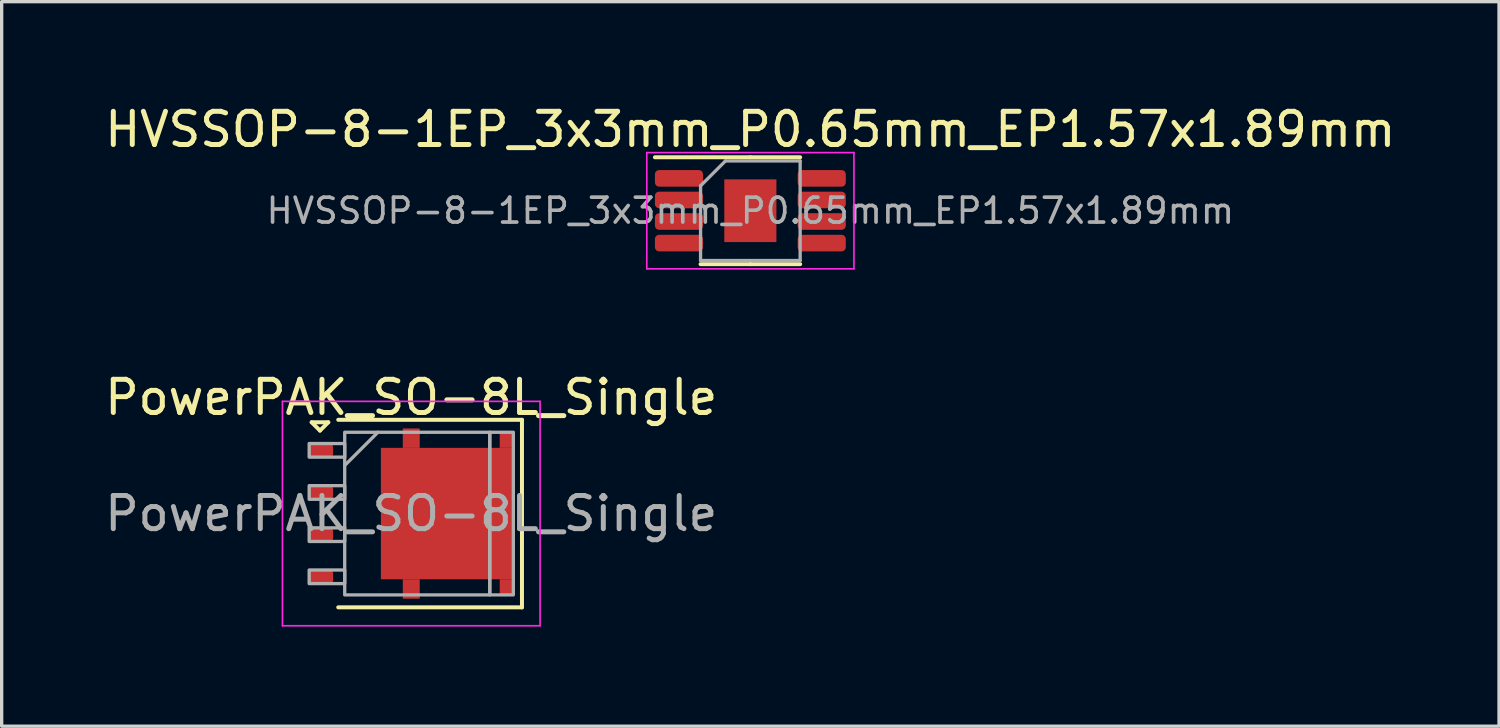
<source format=kicad_pcb>
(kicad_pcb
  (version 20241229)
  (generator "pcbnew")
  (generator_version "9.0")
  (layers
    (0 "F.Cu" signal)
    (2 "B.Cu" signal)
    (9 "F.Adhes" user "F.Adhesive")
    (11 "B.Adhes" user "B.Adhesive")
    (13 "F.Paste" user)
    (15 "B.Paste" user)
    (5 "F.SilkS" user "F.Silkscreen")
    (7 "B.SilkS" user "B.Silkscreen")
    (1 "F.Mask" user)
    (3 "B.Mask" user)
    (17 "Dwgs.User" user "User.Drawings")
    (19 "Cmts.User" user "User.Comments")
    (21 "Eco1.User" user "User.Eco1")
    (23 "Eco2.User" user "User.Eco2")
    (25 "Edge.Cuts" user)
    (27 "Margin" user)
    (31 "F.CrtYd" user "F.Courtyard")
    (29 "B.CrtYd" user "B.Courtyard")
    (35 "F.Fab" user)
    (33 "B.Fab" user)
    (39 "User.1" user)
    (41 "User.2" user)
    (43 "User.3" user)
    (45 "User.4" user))
  (footprint "HVSSOP-8-1EP_3x3mm_P0.65mm_EP1.57x1.89mm"
    (layer "F.Cu")
    (at 19.554 3.298)
    (property "Reference" "HVSSOP-8-1EP_3x3mm_P0.65mm_EP1.57x1.89mm" (at 0 -2.45 0) (layer "F.SilkS") (effects (font (size 1 1) (thickness 0.15))))
    (attr smd)
    (fp_line (start 0 -1.61) (end -2.875 -1.61) (stroke (width 0.12) (type solid)) (layer "F.SilkS"))
    (fp_line (start 0 -1.61) (end 1.5 -1.61) (stroke (width 0.12) (type solid)) (layer "F.SilkS"))
    (fp_line (start 0 1.61) (end -1.5 1.61) (stroke (width 0.12) (type solid)) (layer "F.SilkS"))
    (fp_line (start 0 1.61) (end 1.5 1.61) (stroke (width 0.12) (type solid)) (layer "F.SilkS"))
    (fp_line (start -3.12 -1.75) (end -3.12 1.75) (stroke (width 0.05) (type solid)) (layer "F.CrtYd"))
    (fp_line (start -3.12 1.75) (end 3.12 1.75) (stroke (width 0.05) (type solid)) (layer "F.CrtYd"))
    (fp_line (start 3.12 -1.75) (end -3.12 -1.75) (stroke (width 0.05) (type solid)) (layer "F.CrtYd"))
    (fp_line (start 3.12 1.75) (end 3.12 -1.75) (stroke (width 0.05) (type solid)) (layer "F.CrtYd"))
    (fp_line (start -1.5 -0.75) (end -0.75 -1.5) (stroke (width 0.1) (type solid)) (layer "F.Fab"))
    (fp_line (start -1.5 1.5) (end -1.5 -0.75) (stroke (width 0.1) (type solid)) (layer "F.Fab"))
    (fp_line (start -0.75 -1.5) (end 1.5 -1.5) (stroke (width 0.1) (type solid)) (layer "F.Fab"))
    (fp_line (start 1.5 -1.5) (end 1.5 1.5) (stroke (width 0.1) (type solid)) (layer "F.Fab"))
    (fp_line (start 1.5 1.5) (end -1.5 1.5) (stroke (width 0.1) (type solid)) (layer "F.Fab"))
    (fp_text user "${REFERENCE}" (at 0 0 0) (layer "F.Fab") (effects (font (size 0.75 0.75) (thickness 0.11))))
    (pad "" smd roundrect (at -0.39 -0.47) (size 0.63 0.76) (layers "F.Paste") (roundrect_rratio 0.25))
    (pad "" smd roundrect (at -0.39 0.47) (size 0.63 0.76) (layers "F.Paste") (roundrect_rratio 0.25))
    (pad "" smd roundrect (at 0.39 -0.47) (size 0.63 0.76) (layers "F.Paste") (roundrect_rratio 0.25))
    (pad "" smd roundrect (at 0.39 0.47) (size 0.63 0.76) (layers "F.Paste") (roundrect_rratio 0.25))
    (pad "1" smd roundrect (at -2.15 -0.975) (size 1.45 0.5) (layers "F.Cu" "F.Mask" "F.Paste") (roundrect_rratio 0.25))
    (pad "2" smd roundrect (at -2.15 -0.325) (size 1.45 0.5) (layers "F.Cu" "F.Mask" "F.Paste") (roundrect_rratio 0.25))
    (pad "3" smd roundrect (at -2.15 0.325) (size 1.45 0.5) (layers "F.Cu" "F.Mask" "F.Paste") (roundrect_rratio 0.25))
    (pad "4" smd roundrect (at -2.15 0.975) (size 1.45 0.5) (layers "F.Cu" "F.Mask" "F.Paste") (roundrect_rratio 0.25))
    (pad "5" smd roundrect (at 2.15 0.975) (size 1.45 0.5) (layers "F.Cu" "F.Mask" "F.Paste") (roundrect_rratio 0.25))
    (pad "6" smd roundrect (at 2.15 0.325) (size 1.45 0.5) (layers "F.Cu" "F.Mask" "F.Paste") (roundrect_rratio 0.25))
    (pad "7" smd roundrect (at 2.15 -0.325) (size 1.45 0.5) (layers "F.Cu" "F.Mask" "F.Paste") (roundrect_rratio 0.25))
    (pad "8" smd roundrect (at 2.15 -0.975) (size 1.45 0.5) (layers "F.Cu" "F.Mask" "F.Paste") (roundrect_rratio 0.25))
    (pad "9" smd rect (at 0 0) (size 1.57 1.89) (layers "F.Cu" "F.Mask")))
  (footprint "PowerPAK_SO-8L_Single"
    (layer "F.Cu")
    (at 9.339 12.421)
    (property "Reference" "PowerPAK_SO-8L_Single" (at 0 -3.5 0) (layer "F.SilkS") (effects (font (size 1 1) (thickness 0.15))))
    (attr smd)
    (fp_line (start -3 -2.75) (end -2.5 -2.75) (stroke (width 0.12) (type default)) (layer "F.SilkS"))
    (fp_line (start -2.75 -2.5) (end -3 -2.75) (stroke (width 0.12) (type default)) (layer "F.SilkS"))
    (fp_line (start -2.5 -2.75) (end -2.75 -2.5) (stroke (width 0.12) (type default)) (layer "F.SilkS"))
    (fp_line (start -2.2 -2.825) (end 3.335 -2.825) (stroke (width 0.12) (type solid)) (layer "F.SilkS"))
    (fp_line (start -2.2 2.825) (end 3.335 2.825) (stroke (width 0.12) (type solid)) (layer "F.SilkS"))
    (fp_line (start 3.335 -2.825) (end 3.335 2.825) (stroke (width 0.12) (type solid)) (layer "F.SilkS"))
    (fp_line (start -3.88 -3.38) (end -3.88 3.38) (stroke (width 0.05) (type solid)) (layer "F.CrtYd"))
    (fp_line (start -3.88 -3.38) (end 3.88 -3.38) (stroke (width 0.05) (type solid)) (layer "F.CrtYd"))
    (fp_line (start -3.88 3.38) (end 3.88 3.38) (stroke (width 0.05) (type solid)) (layer "F.CrtYd"))
    (fp_line (start 3.88 -3.38) (end 3.88 3.38) (stroke (width 0.05) (type solid)) (layer "F.CrtYd"))
    (fp_line (start -2.005 -1.45) (end -1.005 -2.45) (stroke (width 0.1) (type default)) (layer "F.Fab"))
    (fp_rect (start -3.075 -2.11) (end -2.005 -1.7) (stroke (width 0.1) (type default)) (fill no) (layer "F.Fab"))
    (fp_rect (start -3.075 -0.84) (end -2.005 -0.43) (stroke (width 0.1) (type default)) (fill no) (layer "F.Fab"))
    (fp_rect (start -3.075 0.43) (end -2.005 0.84) (stroke (width 0.1) (type default)) (fill no) (layer "F.Fab"))
    (fp_rect (start -3.075 1.7) (end -2.005 2.11) (stroke (width 0.1) (type default)) (fill no) (layer "F.Fab"))
    (fp_rect (start -2.005 -2.45) (end 2.365 2.45) (stroke (width 0.1) (type default)) (fill no) (layer "F.Fab"))
    (fp_rect (start 2.365 -2.45) (end 3.075 2.45) (stroke (width 0.1) (type default)) (fill no) (layer "F.Fab"))
    (fp_text user "${REFERENCE}" (at 0 0 0) (layer "F.Fab") (effects (font (size 1 1) (thickness 0.15))))
    (pad "" smd roundrect (at 0.107 -0.965) (size 1.645 1.63) (layers "F.Paste") (roundrect_rratio 0.25))
    (pad "" smd roundrect (at 0.107 0.965) (size 1.645 1.63) (layers "F.Paste") (roundrect_rratio 0.25))
    (pad "" smd roundrect (at 2.053 -0.965) (size 1.645 1.63) (layers "F.Paste") (roundrect_rratio 0.25))
    (pad "" smd roundrect (at 2.053 0.965) (size 1.645 1.63) (layers "F.Paste") (roundrect_rratio 0.25))
    (pad "1" smd roundrect (at -2.715 -1.905) (size 0.72 0.41) (layers "F.Cu" "F.Mask" "F.Paste") (roundrect_rratio 0.25))
    (pad "2" smd roundrect (at -2.715 -0.635) (size 0.72 0.41) (layers "F.Cu" "F.Mask" "F.Paste") (roundrect_rratio 0.25))
    (pad "3" smd roundrect (at -2.715 0.635) (size 0.72 0.41) (layers "F.Cu" "F.Mask" "F.Paste") (roundrect_rratio 0.25))
    (pad "4" smd roundrect (at -2.715 1.905) (size 0.72 0.41) (layers "F.Cu" "F.Mask" "F.Paste") (roundrect_rratio 0.25))
    (pad "5" smd rect (at 0 -2.272) (size 0.51 0.585) (layers "F.Cu" "F.Mask" "F.Paste"))
    (pad "5" smd rect (at 0 2.272) (size 0.51 0.585) (layers "F.Cu" "F.Mask" "F.Paste"))
    (pad "5" smd rect (at 1.08 0) (size 3.99 3.96) (layers "F.Cu" "F.Mask"))
    (pad "5" smd rect (at 2.87 -2.215) (size 0.41 0.47) (layers "F.Cu" "F.Mask" "F.Paste"))
    (pad "5" smd rect (at 2.87 2.215) (size 0.41 0.47) (layers "F.Cu" "F.Mask" "F.Paste")))
  (gr_rect
    (start -3 -3)
    (end 42.107 18.826)
    (stroke (width 0.1) (type default))
    (fill no)
    (layer "Edge.Cuts")))
</source>
